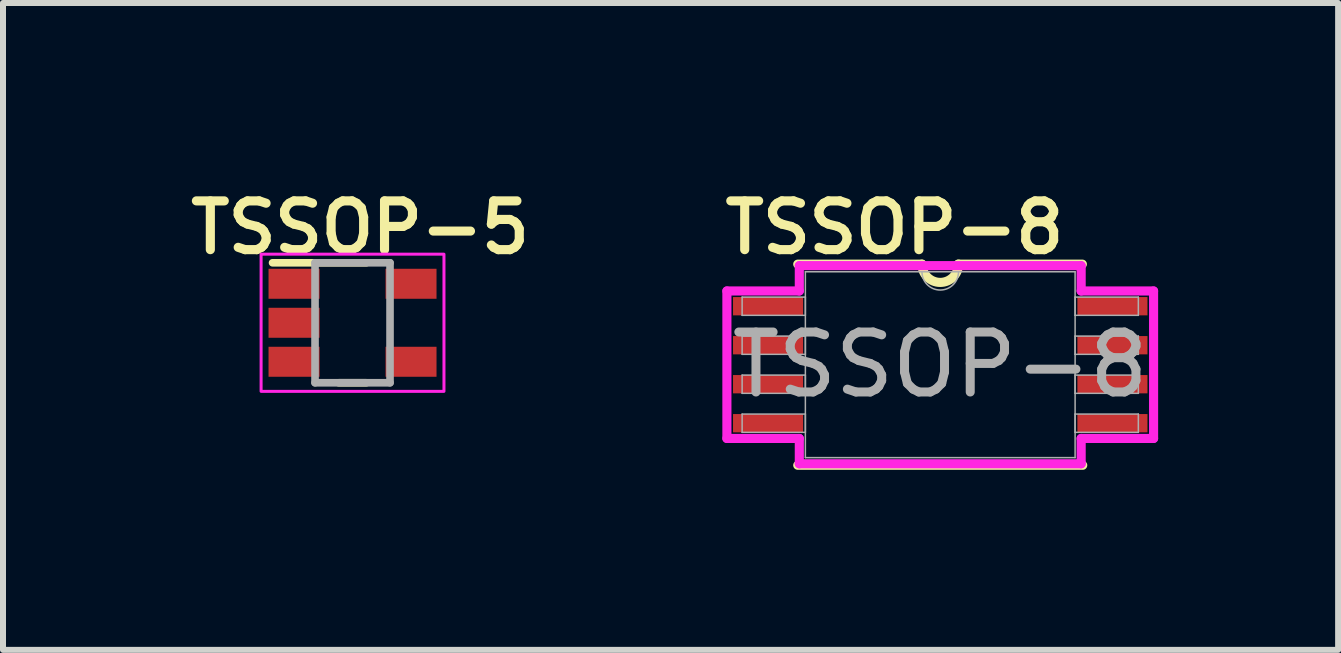
<source format=kicad_pcb>
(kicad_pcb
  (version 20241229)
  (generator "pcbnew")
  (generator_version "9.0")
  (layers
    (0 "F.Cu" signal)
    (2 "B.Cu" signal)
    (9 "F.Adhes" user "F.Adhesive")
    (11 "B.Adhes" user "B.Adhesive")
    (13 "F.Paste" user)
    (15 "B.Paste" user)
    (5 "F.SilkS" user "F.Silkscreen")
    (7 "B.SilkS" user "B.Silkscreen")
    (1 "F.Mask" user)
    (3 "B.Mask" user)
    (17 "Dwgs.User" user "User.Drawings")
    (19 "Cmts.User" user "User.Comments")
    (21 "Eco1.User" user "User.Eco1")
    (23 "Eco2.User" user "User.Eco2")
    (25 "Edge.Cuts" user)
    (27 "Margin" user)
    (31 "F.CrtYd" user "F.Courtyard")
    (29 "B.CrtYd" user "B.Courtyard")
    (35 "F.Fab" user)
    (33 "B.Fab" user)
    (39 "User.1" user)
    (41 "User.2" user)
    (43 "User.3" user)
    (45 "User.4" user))
  (footprint "TSSOP-5"
    (layer "F.Cu")
    (at 2.826 2.33)
    (property "Reference" "TSSOP-5" (at 0.127 -1.587 0) (layer "F.SilkS") (effects (font (size 0.813 0.813) (thickness 0.152) (bold yes))))
    (attr smd)
    (fp_poly (pts (xy -1.35 -0.85) (xy -0.6 -0.85) (xy -0.6 -0.45) (xy -1.35 -0.45)) (stroke (width 0.01) (type solid)) (fill yes) (layer "F.Mask"))
    (fp_poly (pts (xy -1.35 -0.2) (xy -0.6 -0.2) (xy -0.6 0.2) (xy -1.35 0.2)) (stroke (width 0.01) (type solid)) (fill yes) (layer "F.Mask"))
    (fp_poly (pts (xy -1.35 0.45) (xy -0.6 0.45) (xy -0.6 0.85) (xy -1.35 0.85)) (stroke (width 0.01) (type solid)) (fill yes) (layer "F.Mask"))
    (fp_poly (pts (xy 0.6 -0.85) (xy 1.35 -0.85) (xy 1.35 -0.45) (xy 0.6 -0.45)) (stroke (width 0.01) (type solid)) (fill yes) (layer "F.Mask"))
    (fp_poly (pts (xy 0.6 0.45) (xy 1.35 0.45) (xy 1.35 0.85) (xy 0.6 0.85)) (stroke (width 0.01) (type solid)) (fill yes) (layer "F.Mask"))
    (fp_line (start -1.333 -1) (end 0.23 -1) (stroke (width 0.127) (type solid)) (layer "F.SilkS"))
    (fp_line (start 0.23 1) (end -0.23 1) (stroke (width 0.127) (type solid)) (layer "F.SilkS"))
    (fp_poly (pts (xy -1.3 -0.8) (xy -0.65 -0.8) (xy -0.65 -0.5) (xy -1.3 -0.5)) (stroke (width 0.01) (type solid)) (fill yes) (layer "F.Paste"))
    (fp_poly (pts (xy -1.3 -0.15) (xy -0.65 -0.15) (xy -0.65 0.15) (xy -1.3 0.15)) (stroke (width 0.01) (type solid)) (fill yes) (layer "F.Paste"))
    (fp_poly (pts (xy -1.3 0.5) (xy -0.65 0.5) (xy -0.65 0.8) (xy -1.3 0.8)) (stroke (width 0.01) (type solid)) (fill yes) (layer "F.Paste"))
    (fp_poly (pts (xy 0.65 -0.8) (xy 1.3 -0.8) (xy 1.3 -0.5) (xy 0.65 -0.5)) (stroke (width 0.01) (type solid)) (fill yes) (layer "F.Paste"))
    (fp_poly (pts (xy 0.65 0.5) (xy 1.3 0.5) (xy 1.3 0.8) (xy 0.65 0.8)) (stroke (width 0.01) (type solid)) (fill yes) (layer "F.Paste"))
    (fp_rect (start -1.524 -1.143) (end 1.524 1.143) (stroke (width 0.05) (type default)) (fill no) (layer "F.CrtYd"))
    (fp_line (start -0.625 -1) (end 0.625 -1) (stroke (width 0.127) (type solid)) (layer "F.Fab"))
    (fp_line (start -0.625 1) (end -0.625 -1) (stroke (width 0.127) (type solid)) (layer "F.Fab"))
    (fp_line (start 0.625 -1) (end 0.625 1) (stroke (width 0.127) (type solid)) (layer "F.Fab"))
    (fp_line (start 0.625 1) (end -0.625 1) (stroke (width 0.127) (type solid)) (layer "F.Fab"))
    (pad "1" smd rect (at -0.975 -0.65) (size 0.85 0.5) (layers "F.Cu"))
    (pad "2" smd rect (at -0.975 0) (size 0.85 0.5) (layers "F.Cu"))
    (pad "3" smd rect (at -0.975 0.65) (size 0.85 0.5) (layers "F.Cu"))
    (pad "4" smd rect (at 0.975 0.65) (size 0.85 0.5) (layers "F.Cu"))
    (pad "5" smd rect (at 0.975 -0.65) (size 0.85 0.5) (layers "F.Cu")))
  (footprint "TSSOP-8"
    (layer "F.Cu")
    (at 12.622 3.029)
    (property "Reference" "TSSOP-8" (at -0.762 -2.286 0) (unlocked yes) (layer "F.SilkS") (effects (font (size 0.813 0.813) (thickness 0.152) (bold yes))))
    (attr smd)
    (fp_line (start -2.375 1.676) (end 2.375 1.676) (stroke (width 0.152) (type solid)) (layer "F.SilkS"))
    (fp_line (start -0.305 -1.676) (end -2.375 -1.676) (stroke (width 0.152) (type solid)) (layer "F.SilkS"))
    (fp_line (start 0.298 -1.676) (end 2.369 -1.676) (stroke (width 0.152) (type solid)) (layer "F.SilkS"))
    (fp_arc (start 0.3048 -1.6764) (mid 0 -1.3716) (end -0.3048 -1.6764) (stroke (width 0.1524) (type solid)) (layer "F.SilkS"))
    (fp_line (start -3.556 -1.229) (end -2.349 -1.229) (stroke (width 0.152) (type solid)) (layer "F.CrtYd"))
    (fp_line (start -3.556 1.229) (end -3.556 -1.229) (stroke (width 0.152) (type solid)) (layer "F.CrtYd"))
    (fp_line (start -3.556 1.229) (end -2.349 1.229) (stroke (width 0.152) (type solid)) (layer "F.CrtYd"))
    (fp_line (start -2.349 -1.651) (end 2.349 -1.651) (stroke (width 0.152) (type solid)) (layer "F.CrtYd"))
    (fp_line (start -2.349 -1.229) (end -2.349 -1.651) (stroke (width 0.152) (type solid)) (layer "F.CrtYd"))
    (fp_line (start -2.349 1.651) (end -2.349 1.229) (stroke (width 0.152) (type solid)) (layer "F.CrtYd"))
    (fp_line (start 2.349 -1.651) (end 2.349 -1.229) (stroke (width 0.152) (type solid)) (layer "F.CrtYd"))
    (fp_line (start 2.349 1.229) (end 2.349 1.651) (stroke (width 0.152) (type solid)) (layer "F.CrtYd"))
    (fp_line (start 2.349 1.651) (end -2.349 1.651) (stroke (width 0.152) (type solid)) (layer "F.CrtYd"))
    (fp_line (start 3.556 -1.229) (end 2.349 -1.229) (stroke (width 0.152) (type solid)) (layer "F.CrtYd"))
    (fp_line (start 3.556 -1.229) (end 3.556 1.229) (stroke (width 0.152) (type solid)) (layer "F.CrtYd"))
    (fp_line (start 3.556 1.229) (end 2.349 1.229) (stroke (width 0.152) (type solid)) (layer "F.CrtYd"))
    (fp_line (start -3.302 -1.127) (end -3.302 -0.823) (stroke (width 0.025) (type solid)) (layer "F.Fab"))
    (fp_line (start -3.302 -0.823) (end -2.248 -0.823) (stroke (width 0.025) (type solid)) (layer "F.Fab"))
    (fp_line (start -3.302 -0.477) (end -3.302 -0.173) (stroke (width 0.025) (type solid)) (layer "F.Fab"))
    (fp_line (start -3.302 -0.173) (end -2.248 -0.173) (stroke (width 0.025) (type solid)) (layer "F.Fab"))
    (fp_line (start -3.302 0.173) (end -3.302 0.477) (stroke (width 0.025) (type solid)) (layer "F.Fab"))
    (fp_line (start -3.302 0.477) (end -2.248 0.477) (stroke (width 0.025) (type solid)) (layer "F.Fab"))
    (fp_line (start -3.302 0.823) (end -3.302 1.127) (stroke (width 0.025) (type solid)) (layer "F.Fab"))
    (fp_line (start -3.302 1.127) (end -2.248 1.127) (stroke (width 0.025) (type solid)) (layer "F.Fab"))
    (fp_line (start -2.248 -1.549) (end -2.248 1.549) (stroke (width 0.025) (type solid)) (layer "F.Fab"))
    (fp_line (start -2.248 -1.127) (end -3.302 -1.127) (stroke (width 0.025) (type solid)) (layer "F.Fab"))
    (fp_line (start -2.248 -0.823) (end -2.248 -1.127) (stroke (width 0.025) (type solid)) (layer "F.Fab"))
    (fp_line (start -2.248 -0.477) (end -3.302 -0.477) (stroke (width 0.025) (type solid)) (layer "F.Fab"))
    (fp_line (start -2.248 -0.173) (end -2.248 -0.477) (stroke (width 0.025) (type solid)) (layer "F.Fab"))
    (fp_line (start -2.248 0.173) (end -3.302 0.173) (stroke (width 0.025) (type solid)) (layer "F.Fab"))
    (fp_line (start -2.248 0.477) (end -2.248 0.173) (stroke (width 0.025) (type solid)) (layer "F.Fab"))
    (fp_line (start -2.248 0.823) (end -3.302 0.823) (stroke (width 0.025) (type solid)) (layer "F.Fab"))
    (fp_line (start -2.248 1.127) (end -2.248 0.823) (stroke (width 0.025) (type solid)) (layer "F.Fab"))
    (fp_line (start -2.248 1.549) (end 2.248 1.549) (stroke (width 0.025) (type solid)) (layer "F.Fab"))
    (fp_line (start 2.248 -1.549) (end -2.248 -1.549) (stroke (width 0.025) (type solid)) (layer "F.Fab"))
    (fp_line (start 2.248 -1.127) (end 2.248 -0.823) (stroke (width 0.025) (type solid)) (layer "F.Fab"))
    (fp_line (start 2.248 -0.823) (end 3.302 -0.823) (stroke (width 0.025) (type solid)) (layer "F.Fab"))
    (fp_line (start 2.248 -0.477) (end 2.248 -0.173) (stroke (width 0.025) (type solid)) (layer "F.Fab"))
    (fp_line (start 2.248 -0.173) (end 3.302 -0.173) (stroke (width 0.025) (type solid)) (layer "F.Fab"))
    (fp_line (start 2.248 0.173) (end 2.248 0.477) (stroke (width 0.025) (type solid)) (layer "F.Fab"))
    (fp_line (start 2.248 0.477) (end 3.302 0.477) (stroke (width 0.025) (type solid)) (layer "F.Fab"))
    (fp_line (start 2.248 0.823) (end 2.248 1.127) (stroke (width 0.025) (type solid)) (layer "F.Fab"))
    (fp_line (start 2.248 1.127) (end 3.302 1.127) (stroke (width 0.025) (type solid)) (layer "F.Fab"))
    (fp_line (start 2.248 1.549) (end 2.248 -1.549) (stroke (width 0.025) (type solid)) (layer "F.Fab"))
    (fp_line (start 3.302 -1.127) (end 2.248 -1.127) (stroke (width 0.025) (type solid)) (layer "F.Fab"))
    (fp_line (start 3.302 -0.823) (end 3.302 -1.127) (stroke (width 0.025) (type solid)) (layer "F.Fab"))
    (fp_line (start 3.302 -0.477) (end 2.248 -0.477) (stroke (width 0.025) (type solid)) (layer "F.Fab"))
    (fp_line (start 3.302 -0.173) (end 3.302 -0.477) (stroke (width 0.025) (type solid)) (layer "F.Fab"))
    (fp_line (start 3.302 0.173) (end 2.248 0.173) (stroke (width 0.025) (type solid)) (layer "F.Fab"))
    (fp_line (start 3.302 0.477) (end 3.302 0.173) (stroke (width 0.025) (type solid)) (layer "F.Fab"))
    (fp_line (start 3.302 0.823) (end 2.248 0.823) (stroke (width 0.025) (type solid)) (layer "F.Fab"))
    (fp_line (start 3.302 1.127) (end 3.302 0.823) (stroke (width 0.025) (type solid)) (layer "F.Fab"))
    (fp_arc (start 0.3048 -1.5494) (mid 0 -1.2446) (end -0.3048 -1.5494) (stroke (width 0.0254) (type solid)) (layer "F.Fab"))
    (fp_text user "${REFERENCE}" (at 0 0 0) (unlocked yes) (layer "F.Fab") (effects (font (size 1 1) (thickness 0.15))))
    (pad "1" smd rect (at -2.87 -0.975) (size 1.168 0.305) (layers "F.Cu" "F.Mask" "F.Paste"))
    (pad "2" smd rect (at -2.87 -0.325) (size 1.168 0.305) (layers "F.Cu" "F.Mask" "F.Paste"))
    (pad "3" smd rect (at -2.87 0.325) (size 1.168 0.305) (layers "F.Cu" "F.Mask" "F.Paste"))
    (pad "4" smd rect (at -2.87 0.975) (size 1.168 0.305) (layers "F.Cu" "F.Mask" "F.Paste"))
    (pad "5" smd rect (at 2.87 0.975) (size 1.168 0.305) (layers "F.Cu" "F.Mask" "F.Paste"))
    (pad "6" smd rect (at 2.87 0.325) (size 1.168 0.305) (layers "F.Cu" "F.Mask" "F.Paste"))
    (pad "7" smd rect (at 2.87 -0.325) (size 1.168 0.305) (layers "F.Cu" "F.Mask" "F.Paste"))
    (pad "8" smd rect (at 2.87 -0.975) (size 1.168 0.305) (layers "F.Cu" "F.Mask" "F.Paste")))
  (gr_rect
    (start -3 -3)
    (end 19.254 7.782)
    (stroke (width 0.1) (type default))
    (fill no)
    (layer "Edge.Cuts")))
</source>
